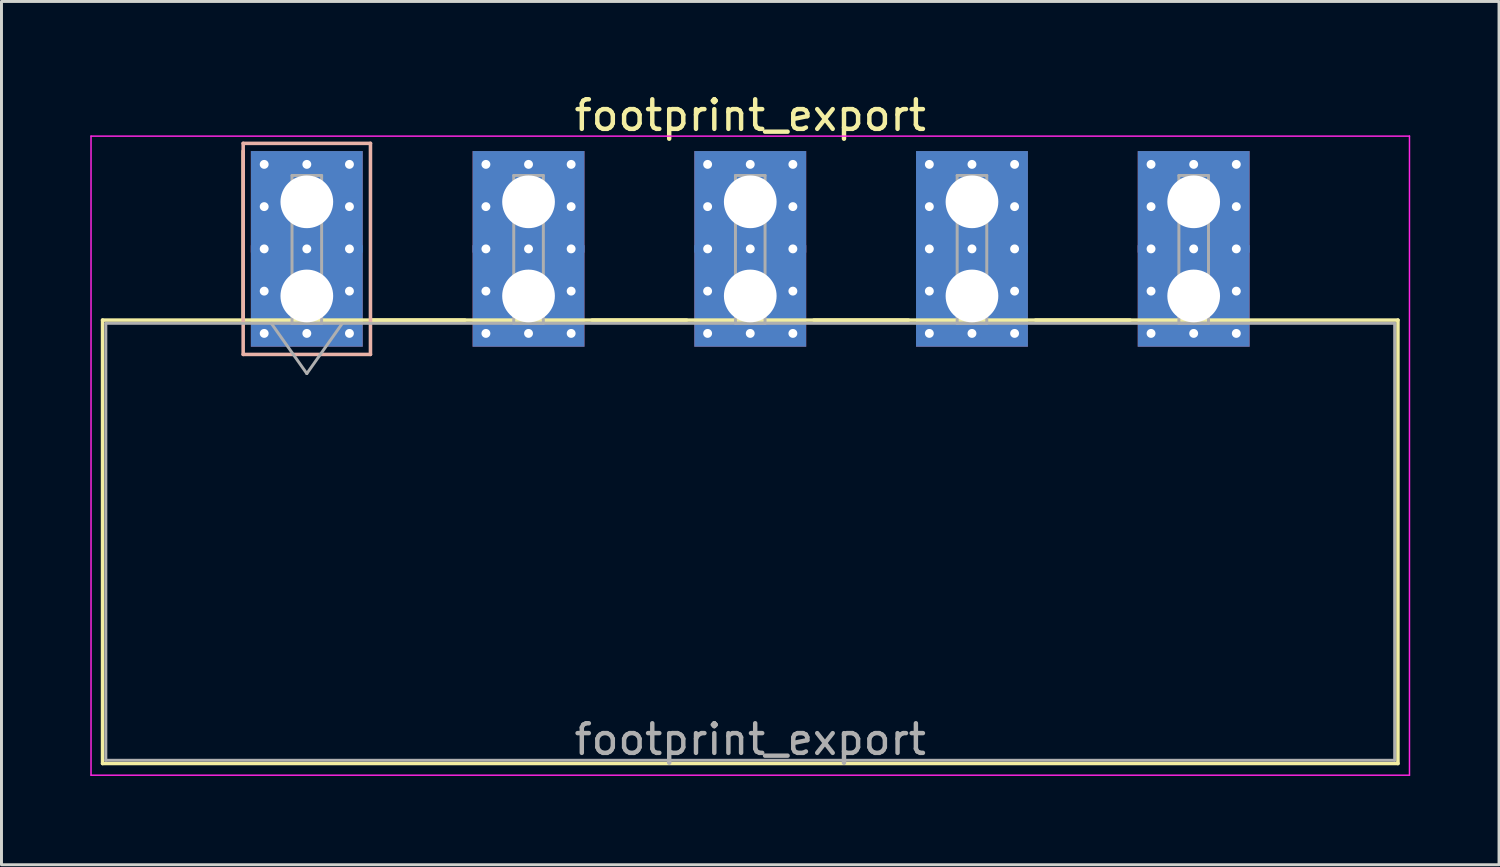
<source format=kicad_pcb>
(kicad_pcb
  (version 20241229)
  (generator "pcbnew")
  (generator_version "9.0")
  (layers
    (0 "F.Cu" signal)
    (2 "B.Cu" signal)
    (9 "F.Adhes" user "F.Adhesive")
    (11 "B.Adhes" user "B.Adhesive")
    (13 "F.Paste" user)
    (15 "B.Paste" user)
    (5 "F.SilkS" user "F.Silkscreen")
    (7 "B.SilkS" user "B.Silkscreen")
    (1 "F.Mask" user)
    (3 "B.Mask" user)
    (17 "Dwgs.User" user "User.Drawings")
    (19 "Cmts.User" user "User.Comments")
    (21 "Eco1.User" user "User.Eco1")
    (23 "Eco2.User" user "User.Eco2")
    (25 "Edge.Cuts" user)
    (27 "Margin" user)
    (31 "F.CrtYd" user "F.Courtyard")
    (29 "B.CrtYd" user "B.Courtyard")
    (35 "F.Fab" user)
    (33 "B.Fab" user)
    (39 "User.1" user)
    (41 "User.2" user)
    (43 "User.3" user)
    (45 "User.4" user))
  (footprint "footprint_export"
    (layer "F.Cu")
    (at 7.315 6.948)
    (property "Reference" "footprint_export" (at 14.98 -6.1 0) (layer "F.SilkS") (effects (font (size 1 1) (thickness 0.15))))
    (attr through_hole)
    (fp_line (start -6.9 0.815) (end -6.9 15.795) (stroke (width 0.12) (type solid)) (layer "F.SilkS"))
    (fp_line (start -6.9 15.795) (end 36.86 15.795) (stroke (width 0.12) (type solid)) (layer "F.SilkS"))
    (fp_line (start -2.15 0.815) (end -2.15 -4.895) (stroke (width 0.12) (type solid)) (layer "F.SilkS"))
    (fp_line (start 2.15 0.815) (end 5.34 0.815) (stroke (width 0.12) (type solid)) (layer "F.SilkS"))
    (fp_line (start 9.64 0.815) (end 12.83 0.815) (stroke (width 0.12) (type solid)) (layer "F.SilkS"))
    (fp_line (start 17.13 0.815) (end 20.32 0.815) (stroke (width 0.12) (type solid)) (layer "F.SilkS"))
    (fp_line (start 24.62 0.815) (end 27.81 0.815) (stroke (width 0.12) (type solid)) (layer "F.SilkS"))
    (fp_line (start 36.86 0.815) (end -6.9 0.815) (stroke (width 0.12) (type solid)) (layer "F.SilkS"))
    (fp_line (start 36.86 15.795) (end 36.86 0.815) (stroke (width 0.12) (type solid)) (layer "F.SilkS"))
    (fp_line (start -2.15 -5.155) (end -2.15 1.975) (stroke (width 0.12) (type solid)) (layer "B.SilkS"))
    (fp_line (start -2.15 1.975) (end 2.15 1.975) (stroke (width 0.12) (type solid)) (layer "B.SilkS"))
    (fp_line (start 2.15 -5.155) (end -2.15 -5.155) (stroke (width 0.12) (type solid)) (layer "B.SilkS"))
    (fp_line (start 2.15 1.975) (end 2.15 -5.155) (stroke (width 0.12) (type solid)) (layer "B.SilkS"))
    (fp_line (start -7.29 -5.4) (end -7.29 16.19) (stroke (width 0.05) (type solid)) (layer "F.CrtYd"))
    (fp_line (start -7.29 16.19) (end 37.25 16.19) (stroke (width 0.05) (type solid)) (layer "F.CrtYd"))
    (fp_line (start 37.25 -5.4) (end -7.29 -5.4) (stroke (width 0.05) (type solid)) (layer "F.CrtYd"))
    (fp_line (start 37.25 16.19) (end 37.25 -5.4) (stroke (width 0.05) (type solid)) (layer "F.CrtYd"))
    (fp_line (start -6.79 0.925) (end -6.79 15.685) (stroke (width 0.1) (type solid)) (layer "F.Fab"))
    (fp_line (start -6.79 15.685) (end 36.75 15.685) (stroke (width 0.1) (type solid)) (layer "F.Fab"))
    (fp_line (start -1.2 0.925) (end 0 2.622) (stroke (width 0.1) (type solid)) (layer "F.Fab"))
    (fp_line (start -0.5 -4.07) (end 0.5 -4.07) (stroke (width 0.1) (type solid)) (layer "F.Fab"))
    (fp_line (start -0.5 0.925) (end -0.5 -4.07) (stroke (width 0.1) (type solid)) (layer "F.Fab"))
    (fp_line (start 0 2.622) (end 1.2 0.925) (stroke (width 0.1) (type solid)) (layer "F.Fab"))
    (fp_line (start 0.5 -4.07) (end 0.5 0.925) (stroke (width 0.1) (type solid)) (layer "F.Fab"))
    (fp_line (start 0.5 0.925) (end -0.5 0.925) (stroke (width 0.1) (type solid)) (layer "F.Fab"))
    (fp_line (start 6.99 -4.07) (end 7.99 -4.07) (stroke (width 0.1) (type solid)) (layer "F.Fab"))
    (fp_line (start 6.99 0.925) (end 6.99 -4.07) (stroke (width 0.1) (type solid)) (layer "F.Fab"))
    (fp_line (start 7.99 -4.07) (end 7.99 0.925) (stroke (width 0.1) (type solid)) (layer "F.Fab"))
    (fp_line (start 7.99 0.925) (end 6.99 0.925) (stroke (width 0.1) (type solid)) (layer "F.Fab"))
    (fp_line (start 14.48 -4.07) (end 15.48 -4.07) (stroke (width 0.1) (type solid)) (layer "F.Fab"))
    (fp_line (start 14.48 0.925) (end 14.48 -4.07) (stroke (width 0.1) (type solid)) (layer "F.Fab"))
    (fp_line (start 15.48 -4.07) (end 15.48 0.925) (stroke (width 0.1) (type solid)) (layer "F.Fab"))
    (fp_line (start 15.48 0.925) (end 14.48 0.925) (stroke (width 0.1) (type solid)) (layer "F.Fab"))
    (fp_line (start 21.97 -4.07) (end 22.97 -4.07) (stroke (width 0.1) (type solid)) (layer "F.Fab"))
    (fp_line (start 21.97 0.925) (end 21.97 -4.07) (stroke (width 0.1) (type solid)) (layer "F.Fab"))
    (fp_line (start 22.97 -4.07) (end 22.97 0.925) (stroke (width 0.1) (type solid)) (layer "F.Fab"))
    (fp_line (start 22.97 0.925) (end 21.97 0.925) (stroke (width 0.1) (type solid)) (layer "F.Fab"))
    (fp_line (start 29.46 -4.07) (end 30.46 -4.07) (stroke (width 0.1) (type solid)) (layer "F.Fab"))
    (fp_line (start 29.46 0.925) (end 29.46 -4.07) (stroke (width 0.1) (type solid)) (layer "F.Fab"))
    (fp_line (start 30.46 -4.07) (end 30.46 0.925) (stroke (width 0.1) (type solid)) (layer "F.Fab"))
    (fp_line (start 30.46 0.925) (end 29.46 0.925) (stroke (width 0.1) (type solid)) (layer "F.Fab"))
    (fp_line (start 36.75 0.925) (end -6.79 0.925) (stroke (width 0.1) (type solid)) (layer "F.Fab"))
    (fp_line (start 36.75 15.685) (end 36.75 0.925) (stroke (width 0.1) (type solid)) (layer "F.Fab"))
    (fp_text user "${REFERENCE}" (at 14.98 14.98 0) (layer "F.Fab") (effects (font (size 1 1) (thickness 0.15))))
    (pad "1" thru_hole rect (at -1.44 -4.445) (size 0.6 0.6) (drill 0.3) (layers "*.Cu" "*.Mask"))
    (pad "1" thru_hole rect (at -1.44 -3.018) (size 0.6 0.6) (drill 0.3) (layers "*.Cu" "*.Mask"))
    (pad "1" thru_hole rect (at -1.44 -1.59) (size 0.6 0.6) (drill 0.3) (layers "*.Cu" "*.Mask"))
    (pad "1" thru_hole rect (at -1.44 -0.163) (size 0.6 0.6) (drill 0.3) (layers "*.Cu" "*.Mask"))
    (pad "1" thru_hole rect (at -1.44 1.265) (size 0.6 0.6) (drill 0.3) (layers "*.Cu" "*.Mask"))
    (pad "1" thru_hole rect (at 0 -4.445) (size 0.6 0.6) (drill 0.3) (layers "*.Cu" "*.Mask"))
    (pad "1" thru_hole rect (at 0 -3.18) (size 3.78 3.43) (drill 1.78) (layers "*.Cu" "*.Mask"))
    (pad "1" thru_hole rect (at 0 -1.59) (size 0.6 0.6) (drill 0.3) (layers "*.Cu" "*.Mask"))
    (pad "1" thru_hole rect (at 0 0) (size 3.78 3.43) (drill 1.78) (layers "*.Cu" "*.Mask"))
    (pad "1" thru_hole rect (at 0 1.265) (size 0.6 0.6) (drill 0.3) (layers "*.Cu" "*.Mask"))
    (pad "1" thru_hole rect (at 1.44 -4.445) (size 0.6 0.6) (drill 0.3) (layers "*.Cu" "*.Mask"))
    (pad "1" thru_hole rect (at 1.44 -3.018) (size 0.6 0.6) (drill 0.3) (layers "*.Cu" "*.Mask"))
    (pad "1" thru_hole rect (at 1.44 -1.59) (size 0.6 0.6) (drill 0.3) (layers "*.Cu" "*.Mask"))
    (pad "1" thru_hole rect (at 1.44 -0.163) (size 0.6 0.6) (drill 0.3) (layers "*.Cu" "*.Mask"))
    (pad "1" thru_hole rect (at 1.44 1.265) (size 0.6 0.6) (drill 0.3) (layers "*.Cu" "*.Mask"))
    (pad "2" thru_hole circle (at 6.05 -4.445) (size 0.6 0.6) (drill 0.3) (layers "*.Cu" "*.Mask"))
    (pad "2" thru_hole circle (at 6.05 -3.018) (size 0.6 0.6) (drill 0.3) (layers "*.Cu" "*.Mask"))
    (pad "2" thru_hole circle (at 6.05 -1.59) (size 0.6 0.6) (drill 0.3) (layers "*.Cu" "*.Mask"))
    (pad "2" thru_hole circle (at 6.05 -0.163) (size 0.6 0.6) (drill 0.3) (layers "*.Cu" "*.Mask"))
    (pad "2" thru_hole circle (at 6.05 1.265) (size 0.6 0.6) (drill 0.3) (layers "*.Cu" "*.Mask"))
    (pad "2" thru_hole circle (at 7.49 -4.445) (size 0.6 0.6) (drill 0.3) (layers "*.Cu" "*.Mask"))
    (pad "2" thru_hole rect (at 7.49 -3.18) (size 3.78 3.43) (drill 1.78) (layers "*.Cu" "*.Mask"))
    (pad "2" thru_hole circle (at 7.49 -1.59) (size 0.6 0.6) (drill 0.3) (layers "*.Cu" "*.Mask"))
    (pad "2" thru_hole rect (at 7.49 0) (size 3.78 3.43) (drill 1.78) (layers "*.Cu" "*.Mask"))
    (pad "2" thru_hole circle (at 7.49 1.265) (size 0.6 0.6) (drill 0.3) (layers "*.Cu" "*.Mask"))
    (pad "2" thru_hole circle (at 8.93 -4.445) (size 0.6 0.6) (drill 0.3) (layers "*.Cu" "*.Mask"))
    (pad "2" thru_hole circle (at 8.93 -3.018) (size 0.6 0.6) (drill 0.3) (layers "*.Cu" "*.Mask"))
    (pad "2" thru_hole circle (at 8.93 -1.59) (size 0.6 0.6) (drill 0.3) (layers "*.Cu" "*.Mask"))
    (pad "2" thru_hole circle (at 8.93 -0.163) (size 0.6 0.6) (drill 0.3) (layers "*.Cu" "*.Mask"))
    (pad "2" thru_hole circle (at 8.93 1.265) (size 0.6 0.6) (drill 0.3) (layers "*.Cu" "*.Mask"))
    (pad "3" thru_hole circle (at 13.54 -4.445) (size 0.6 0.6) (drill 0.3) (layers "*.Cu" "*.Mask"))
    (pad "3" thru_hole circle (at 13.54 -3.018) (size 0.6 0.6) (drill 0.3) (layers "*.Cu" "*.Mask"))
    (pad "3" thru_hole circle (at 13.54 -1.59) (size 0.6 0.6) (drill 0.3) (layers "*.Cu" "*.Mask"))
    (pad "3" thru_hole circle (at 13.54 -0.163) (size 0.6 0.6) (drill 0.3) (layers "*.Cu" "*.Mask"))
    (pad "3" thru_hole circle (at 13.54 1.265) (size 0.6 0.6) (drill 0.3) (layers "*.Cu" "*.Mask"))
    (pad "3" thru_hole circle (at 14.98 -4.445) (size 0.6 0.6) (drill 0.3) (layers "*.Cu" "*.Mask"))
    (pad "3" thru_hole rect (at 14.98 -3.18) (size 3.78 3.43) (drill 1.78) (layers "*.Cu" "*.Mask"))
    (pad "3" thru_hole circle (at 14.98 -1.59) (size 0.6 0.6) (drill 0.3) (layers "*.Cu" "*.Mask"))
    (pad "3" thru_hole rect (at 14.98 0) (size 3.78 3.43) (drill 1.78) (layers "*.Cu" "*.Mask"))
    (pad "3" thru_hole circle (at 14.98 1.265) (size 0.6 0.6) (drill 0.3) (layers "*.Cu" "*.Mask"))
    (pad "3" thru_hole circle (at 16.42 -4.445) (size 0.6 0.6) (drill 0.3) (layers "*.Cu" "*.Mask"))
    (pad "3" thru_hole circle (at 16.42 -3.018) (size 0.6 0.6) (drill 0.3) (layers "*.Cu" "*.Mask"))
    (pad "3" thru_hole circle (at 16.42 -1.59) (size 0.6 0.6) (drill 0.3) (layers "*.Cu" "*.Mask"))
    (pad "3" thru_hole circle (at 16.42 -0.163) (size 0.6 0.6) (drill 0.3) (layers "*.Cu" "*.Mask"))
    (pad "3" thru_hole circle (at 16.42 1.265) (size 0.6 0.6) (drill 0.3) (layers "*.Cu" "*.Mask"))
    (pad "4" thru_hole circle (at 21.03 -4.445) (size 0.6 0.6) (drill 0.3) (layers "*.Cu" "*.Mask"))
    (pad "4" thru_hole circle (at 21.03 -3.018) (size 0.6 0.6) (drill 0.3) (layers "*.Cu" "*.Mask"))
    (pad "4" thru_hole circle (at 21.03 -1.59) (size 0.6 0.6) (drill 0.3) (layers "*.Cu" "*.Mask"))
    (pad "4" thru_hole circle (at 21.03 -0.163) (size 0.6 0.6) (drill 0.3) (layers "*.Cu" "*.Mask"))
    (pad "4" thru_hole circle (at 21.03 1.265) (size 0.6 0.6) (drill 0.3) (layers "*.Cu" "*.Mask"))
    (pad "4" thru_hole circle (at 22.47 -4.445) (size 0.6 0.6) (drill 0.3) (layers "*.Cu" "*.Mask"))
    (pad "4" thru_hole rect (at 22.47 -3.18) (size 3.78 3.43) (drill 1.78) (layers "*.Cu" "*.Mask"))
    (pad "4" thru_hole circle (at 22.47 -1.59) (size 0.6 0.6) (drill 0.3) (layers "*.Cu" "*.Mask"))
    (pad "4" thru_hole rect (at 22.47 0) (size 3.78 3.43) (drill 1.78) (layers "*.Cu" "*.Mask"))
    (pad "4" thru_hole circle (at 22.47 1.265) (size 0.6 0.6) (drill 0.3) (layers "*.Cu" "*.Mask"))
    (pad "4" thru_hole circle (at 23.91 -4.445) (size 0.6 0.6) (drill 0.3) (layers "*.Cu" "*.Mask"))
    (pad "4" thru_hole circle (at 23.91 -3.018) (size 0.6 0.6) (drill 0.3) (layers "*.Cu" "*.Mask"))
    (pad "4" thru_hole circle (at 23.91 -1.59) (size 0.6 0.6) (drill 0.3) (layers "*.Cu" "*.Mask"))
    (pad "4" thru_hole circle (at 23.91 -0.163) (size 0.6 0.6) (drill 0.3) (layers "*.Cu" "*.Mask"))
    (pad "4" thru_hole circle (at 23.91 1.265) (size 0.6 0.6) (drill 0.3) (layers "*.Cu" "*.Mask"))
    (pad "5" thru_hole circle (at 28.52 -4.445) (size 0.6 0.6) (drill 0.3) (layers "*.Cu" "*.Mask"))
    (pad "5" thru_hole circle (at 28.52 -3.018) (size 0.6 0.6) (drill 0.3) (layers "*.Cu" "*.Mask"))
    (pad "5" thru_hole circle (at 28.52 -1.59) (size 0.6 0.6) (drill 0.3) (layers "*.Cu" "*.Mask"))
    (pad "5" thru_hole circle (at 28.52 -0.163) (size 0.6 0.6) (drill 0.3) (layers "*.Cu" "*.Mask"))
    (pad "5" thru_hole circle (at 28.52 1.265) (size 0.6 0.6) (drill 0.3) (layers "*.Cu" "*.Mask"))
    (pad "5" thru_hole circle (at 29.96 -4.445) (size 0.6 0.6) (drill 0.3) (layers "*.Cu" "*.Mask"))
    (pad "5" thru_hole rect (at 29.96 -3.18) (size 3.78 3.43) (drill 1.78) (layers "*.Cu" "*.Mask"))
    (pad "5" thru_hole circle (at 29.96 -1.59) (size 0.6 0.6) (drill 0.3) (layers "*.Cu" "*.Mask"))
    (pad "5" thru_hole rect (at 29.96 0) (size 3.78 3.43) (drill 1.78) (layers "*.Cu" "*.Mask"))
    (pad "5" thru_hole circle (at 29.96 1.265) (size 0.6 0.6) (drill 0.3) (layers "*.Cu" "*.Mask"))
    (pad "5" thru_hole circle (at 31.4 -4.445) (size 0.6 0.6) (drill 0.3) (layers "*.Cu" "*.Mask"))
    (pad "5" thru_hole circle (at 31.4 -3.018) (size 0.6 0.6) (drill 0.3) (layers "*.Cu" "*.Mask"))
    (pad "5" thru_hole circle (at 31.4 -1.59) (size 0.6 0.6) (drill 0.3) (layers "*.Cu" "*.Mask"))
    (pad "5" thru_hole circle (at 31.4 -0.163) (size 0.6 0.6) (drill 0.3) (layers "*.Cu" "*.Mask"))
    (pad "5" thru_hole circle (at 31.4 1.265) (size 0.6 0.6) (drill 0.3) (layers "*.Cu" "*.Mask")))
  (gr_rect
    (start -3 -3)
    (end 47.59 26.163)
    (stroke (width 0.1) (type default))
    (fill no)
    (layer "Edge.Cuts")))
</source>
